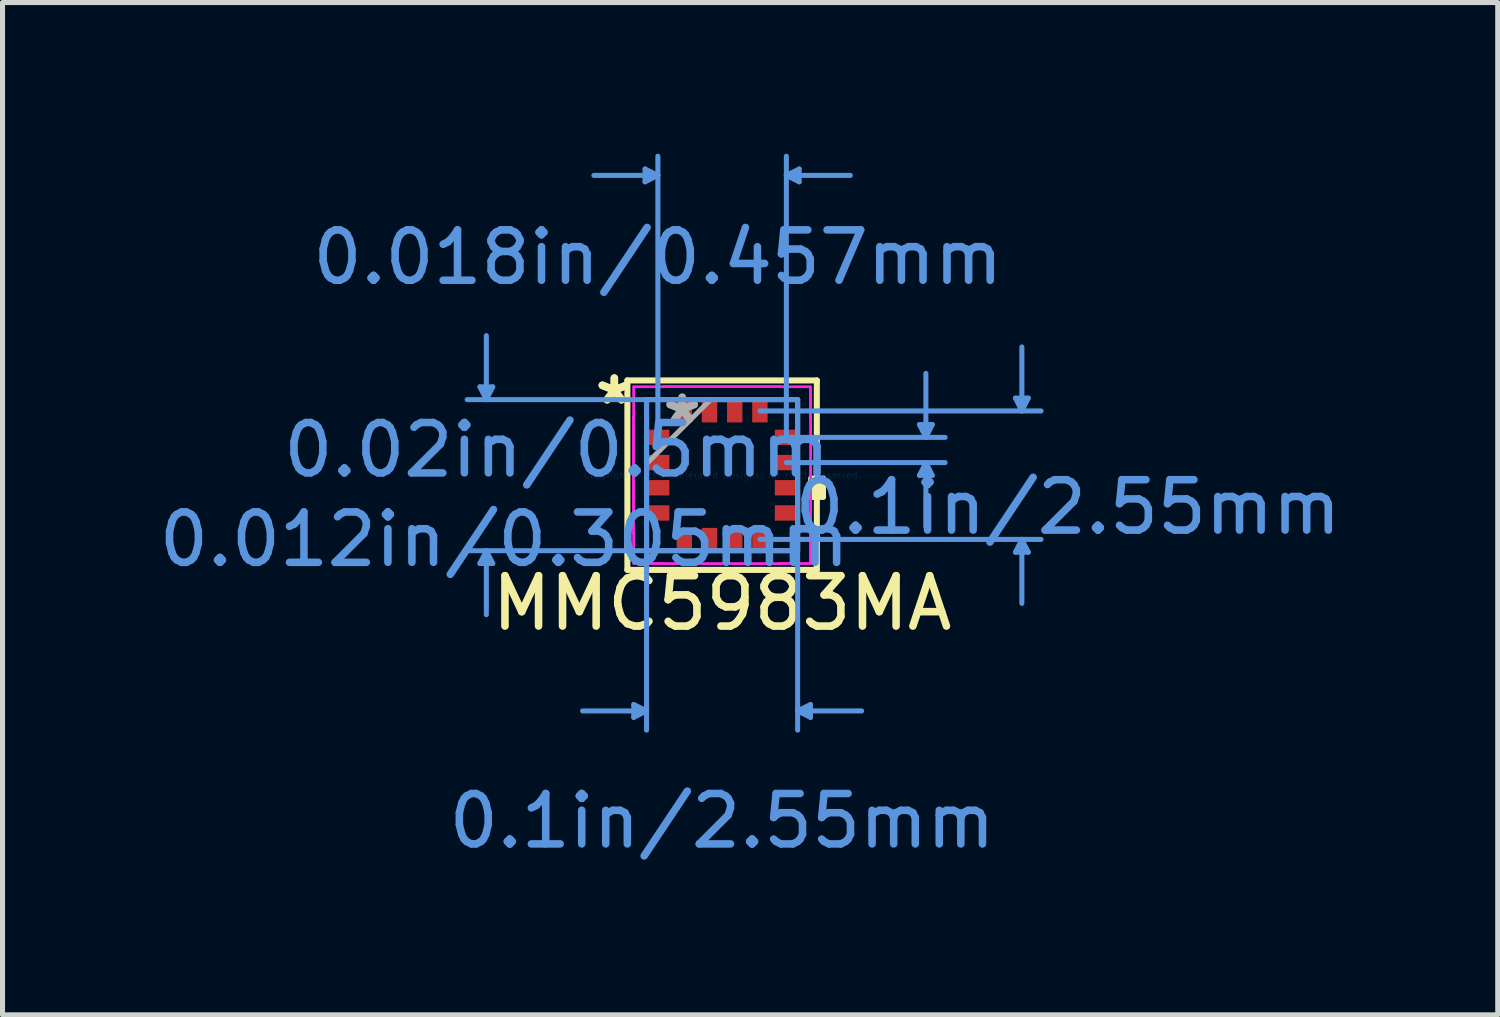
<source format=kicad_pcb>
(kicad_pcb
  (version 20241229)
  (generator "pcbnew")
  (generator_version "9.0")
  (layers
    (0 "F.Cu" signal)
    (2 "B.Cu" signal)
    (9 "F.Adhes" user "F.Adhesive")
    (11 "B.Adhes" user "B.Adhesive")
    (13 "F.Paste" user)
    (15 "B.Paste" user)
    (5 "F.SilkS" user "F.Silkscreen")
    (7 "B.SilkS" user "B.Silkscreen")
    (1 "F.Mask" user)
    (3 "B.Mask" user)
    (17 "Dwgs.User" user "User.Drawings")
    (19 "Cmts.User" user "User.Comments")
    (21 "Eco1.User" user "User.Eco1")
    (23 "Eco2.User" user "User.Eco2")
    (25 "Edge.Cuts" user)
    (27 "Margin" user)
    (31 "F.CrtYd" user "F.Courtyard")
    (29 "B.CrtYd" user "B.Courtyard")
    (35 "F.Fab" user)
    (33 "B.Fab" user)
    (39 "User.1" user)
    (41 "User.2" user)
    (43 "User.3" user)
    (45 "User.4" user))
  (footprint "MMC5983MA"
    (layer "F.Cu")
    (at 11.281 6.38)
    (property "Reference" "MMC5983MA" (at 0 2.54 0) (layer "F.SilkS") (effects (font (size 1 1) (thickness 0.15))))
    (attr through_hole)
    (fp_line (start -1.88 -1.88) (end -1.88 1.88) (stroke (width 0.12) (type solid)) (layer "F.SilkS"))
    (fp_line (start -1.88 1.88) (end 1.88 1.88) (stroke (width 0.12) (type solid)) (layer "F.SilkS"))
    (fp_line (start 1.88 -1.88) (end -1.88 -1.88) (stroke (width 0.12) (type solid)) (layer "F.SilkS"))
    (fp_line (start 1.88 1.88) (end 1.88 -1.88) (stroke (width 0.12) (type solid)) (layer "F.SilkS"))
    (fp_poly (pts (xy 2.012 0.059) (xy 2.012 0.441) (xy 1.758 0.441) (xy 1.758 0.059)) (stroke (width 0.1) (type solid)) (fill yes) (layer "F.SilkS"))
    (fp_line (start -4.806 -1.753) (end -4.552 -1.753) (stroke (width 0.1) (type solid)) (layer "Cmts.User"))
    (fp_line (start -4.806 1.753) (end -4.552 1.753) (stroke (width 0.1) (type solid)) (layer "Cmts.User"))
    (fp_line (start -4.679 -1.499) (end -4.806 -1.753) (stroke (width 0.1) (type solid)) (layer "Cmts.User"))
    (fp_line (start -4.679 -1.499) (end -4.679 -2.769) (stroke (width 0.1) (type solid)) (layer "Cmts.User"))
    (fp_line (start -4.679 -1.499) (end -4.552 -1.753) (stroke (width 0.1) (type solid)) (layer "Cmts.User"))
    (fp_line (start -4.679 1.499) (end -4.806 1.753) (stroke (width 0.1) (type solid)) (layer "Cmts.User"))
    (fp_line (start -4.679 1.499) (end -4.679 2.769) (stroke (width 0.1) (type solid)) (layer "Cmts.User"))
    (fp_line (start -4.679 1.499) (end -4.552 1.753) (stroke (width 0.1) (type solid)) (layer "Cmts.User"))
    (fp_line (start -1.753 4.552) (end -1.753 4.806) (stroke (width 0.1) (type solid)) (layer "Cmts.User"))
    (fp_line (start -1.529 -6.076) (end -1.529 -5.822) (stroke (width 0.1) (type solid)) (layer "Cmts.User"))
    (fp_line (start -1.499 -1.499) (end -1.499 5.06) (stroke (width 0.1) (type solid)) (layer "Cmts.User"))
    (fp_line (start -1.499 4.679) (end -2.769 4.679) (stroke (width 0.1) (type solid)) (layer "Cmts.User"))
    (fp_line (start -1.499 4.679) (end -1.753 4.552) (stroke (width 0.1) (type solid)) (layer "Cmts.User"))
    (fp_line (start -1.499 4.679) (end -1.753 4.806) (stroke (width 0.1) (type solid)) (layer "Cmts.User"))
    (fp_line (start -1.275 -5.949) (end -2.545 -5.949) (stroke (width 0.1) (type solid)) (layer "Cmts.User"))
    (fp_line (start -1.275 -5.949) (end -1.529 -6.076) (stroke (width 0.1) (type solid)) (layer "Cmts.User"))
    (fp_line (start -1.275 -5.949) (end -1.529 -5.822) (stroke (width 0.1) (type solid)) (layer "Cmts.User"))
    (fp_line (start -1.275 -0.75) (end -1.275 -6.33) (stroke (width 0.1) (type solid)) (layer "Cmts.User"))
    (fp_line (start 0.75 -1.275) (end 6.33 -1.275) (stroke (width 0.1) (type solid)) (layer "Cmts.User"))
    (fp_line (start 0.75 1.275) (end 6.33 1.275) (stroke (width 0.1) (type solid)) (layer "Cmts.User"))
    (fp_line (start 1.275 -5.949) (end 1.529 -6.076) (stroke (width 0.1) (type solid)) (layer "Cmts.User"))
    (fp_line (start 1.275 -5.949) (end 1.529 -5.822) (stroke (width 0.1) (type solid)) (layer "Cmts.User"))
    (fp_line (start 1.275 -5.949) (end 2.545 -5.949) (stroke (width 0.1) (type solid)) (layer "Cmts.User"))
    (fp_line (start 1.275 -0.75) (end 1.275 -6.33) (stroke (width 0.1) (type solid)) (layer "Cmts.User"))
    (fp_line (start 1.275 -0.75) (end 4.425 -0.75) (stroke (width 0.1) (type solid)) (layer "Cmts.User"))
    (fp_line (start 1.275 -0.25) (end 4.425 -0.25) (stroke (width 0.1) (type solid)) (layer "Cmts.User"))
    (fp_line (start 1.499 -1.499) (end -5.06 -1.499) (stroke (width 0.1) (type solid)) (layer "Cmts.User"))
    (fp_line (start 1.499 -1.499) (end 1.499 5.06) (stroke (width 0.1) (type solid)) (layer "Cmts.User"))
    (fp_line (start 1.499 1.499) (end -5.06 1.499) (stroke (width 0.1) (type solid)) (layer "Cmts.User"))
    (fp_line (start 1.499 4.679) (end 1.753 4.552) (stroke (width 0.1) (type solid)) (layer "Cmts.User"))
    (fp_line (start 1.499 4.679) (end 1.753 4.806) (stroke (width 0.1) (type solid)) (layer "Cmts.User"))
    (fp_line (start 1.499 4.679) (end 2.769 4.679) (stroke (width 0.1) (type solid)) (layer "Cmts.User"))
    (fp_line (start 1.529 -6.076) (end 1.529 -5.822) (stroke (width 0.1) (type solid)) (layer "Cmts.User"))
    (fp_line (start 1.753 4.552) (end 1.753 4.806) (stroke (width 0.1) (type solid)) (layer "Cmts.User"))
    (fp_line (start 3.917 -1.004) (end 4.171 -1.004) (stroke (width 0.1) (type solid)) (layer "Cmts.User"))
    (fp_line (start 3.917 0.004) (end 4.171 0.004) (stroke (width 0.1) (type solid)) (layer "Cmts.User"))
    (fp_line (start 4.044 -0.75) (end 3.917 -1.004) (stroke (width 0.1) (type solid)) (layer "Cmts.User"))
    (fp_line (start 4.044 -0.75) (end 4.044 -2.02) (stroke (width 0.1) (type solid)) (layer "Cmts.User"))
    (fp_line (start 4.044 -0.75) (end 4.171 -1.004) (stroke (width 0.1) (type solid)) (layer "Cmts.User"))
    (fp_line (start 4.044 -0.25) (end 3.917 0.004) (stroke (width 0.1) (type solid)) (layer "Cmts.User"))
    (fp_line (start 4.044 -0.25) (end 4.044 1.02) (stroke (width 0.1) (type solid)) (layer "Cmts.User"))
    (fp_line (start 4.044 -0.25) (end 4.171 0.004) (stroke (width 0.1) (type solid)) (layer "Cmts.User"))
    (fp_line (start 5.822 -1.529) (end 6.076 -1.529) (stroke (width 0.1) (type solid)) (layer "Cmts.User"))
    (fp_line (start 5.822 1.529) (end 6.076 1.529) (stroke (width 0.1) (type solid)) (layer "Cmts.User"))
    (fp_line (start 5.949 -1.275) (end 5.822 -1.529) (stroke (width 0.1) (type solid)) (layer "Cmts.User"))
    (fp_line (start 5.949 -1.275) (end 5.949 -2.545) (stroke (width 0.1) (type solid)) (layer "Cmts.User"))
    (fp_line (start 5.949 -1.275) (end 6.076 -1.529) (stroke (width 0.1) (type solid)) (layer "Cmts.User"))
    (fp_line (start 5.949 1.275) (end 5.822 1.529) (stroke (width 0.1) (type solid)) (layer "Cmts.User"))
    (fp_line (start 5.949 1.275) (end 5.949 2.545) (stroke (width 0.1) (type solid)) (layer "Cmts.User"))
    (fp_line (start 5.949 1.275) (end 6.076 1.529) (stroke (width 0.1) (type solid)) (layer "Cmts.User"))
    (fp_line (start -1.758 -1.156) (end -1.753 -1.156) (stroke (width 0.05) (type solid)) (layer "F.CrtYd"))
    (fp_line (start -1.758 -1.156) (end -1.753 -1.156) (stroke (width 0.05) (type solid)) (layer "F.CrtYd"))
    (fp_line (start -1.758 1.156) (end -1.758 -1.156) (stroke (width 0.05) (type solid)) (layer "F.CrtYd"))
    (fp_line (start -1.758 1.156) (end -1.758 -1.156) (stroke (width 0.05) (type solid)) (layer "F.CrtYd"))
    (fp_line (start -1.753 -1.753) (end -1.156 -1.753) (stroke (width 0.05) (type solid)) (layer "F.CrtYd"))
    (fp_line (start -1.753 -1.753) (end -1.156 -1.753) (stroke (width 0.05) (type solid)) (layer "F.CrtYd"))
    (fp_line (start -1.753 -1.156) (end -1.753 -1.753) (stroke (width 0.05) (type solid)) (layer "F.CrtYd"))
    (fp_line (start -1.753 -1.156) (end -1.753 -1.753) (stroke (width 0.05) (type solid)) (layer "F.CrtYd"))
    (fp_line (start -1.753 1.156) (end -1.758 1.156) (stroke (width 0.05) (type solid)) (layer "F.CrtYd"))
    (fp_line (start -1.753 1.156) (end -1.758 1.156) (stroke (width 0.05) (type solid)) (layer "F.CrtYd"))
    (fp_line (start -1.753 1.753) (end -1.753 1.156) (stroke (width 0.05) (type solid)) (layer "F.CrtYd"))
    (fp_line (start -1.753 1.753) (end -1.753 1.156) (stroke (width 0.05) (type solid)) (layer "F.CrtYd"))
    (fp_line (start -1.156 -1.758) (end 1.156 -1.758) (stroke (width 0.05) (type solid)) (layer "F.CrtYd"))
    (fp_line (start -1.156 -1.758) (end 1.156 -1.758) (stroke (width 0.05) (type solid)) (layer "F.CrtYd"))
    (fp_line (start -1.156 -1.753) (end -1.156 -1.758) (stroke (width 0.05) (type solid)) (layer "F.CrtYd"))
    (fp_line (start -1.156 -1.753) (end -1.156 -1.758) (stroke (width 0.05) (type solid)) (layer "F.CrtYd"))
    (fp_line (start -1.156 1.753) (end -1.753 1.753) (stroke (width 0.05) (type solid)) (layer "F.CrtYd"))
    (fp_line (start -1.156 1.753) (end -1.753 1.753) (stroke (width 0.05) (type solid)) (layer "F.CrtYd"))
    (fp_line (start -1.156 1.758) (end -1.156 1.753) (stroke (width 0.05) (type solid)) (layer "F.CrtYd"))
    (fp_line (start -1.156 1.758) (end -1.156 1.753) (stroke (width 0.05) (type solid)) (layer "F.CrtYd"))
    (fp_line (start 1.156 -1.758) (end 1.156 -1.753) (stroke (width 0.05) (type solid)) (layer "F.CrtYd"))
    (fp_line (start 1.156 -1.758) (end 1.156 -1.753) (stroke (width 0.05) (type solid)) (layer "F.CrtYd"))
    (fp_line (start 1.156 -1.753) (end 1.753 -1.753) (stroke (width 0.05) (type solid)) (layer "F.CrtYd"))
    (fp_line (start 1.156 -1.753) (end 1.753 -1.753) (stroke (width 0.05) (type solid)) (layer "F.CrtYd"))
    (fp_line (start 1.156 1.753) (end 1.156 1.758) (stroke (width 0.05) (type solid)) (layer "F.CrtYd"))
    (fp_line (start 1.156 1.753) (end 1.156 1.758) (stroke (width 0.05) (type solid)) (layer "F.CrtYd"))
    (fp_line (start 1.156 1.758) (end -1.156 1.758) (stroke (width 0.05) (type solid)) (layer "F.CrtYd"))
    (fp_line (start 1.156 1.758) (end -1.156 1.758) (stroke (width 0.05) (type solid)) (layer "F.CrtYd"))
    (fp_line (start 1.753 -1.753) (end 1.753 -1.156) (stroke (width 0.05) (type solid)) (layer "F.CrtYd"))
    (fp_line (start 1.753 -1.753) (end 1.753 -1.156) (stroke (width 0.05) (type solid)) (layer "F.CrtYd"))
    (fp_line (start 1.753 -1.156) (end 1.758 -1.156) (stroke (width 0.05) (type solid)) (layer "F.CrtYd"))
    (fp_line (start 1.753 -1.156) (end 1.758 -1.156) (stroke (width 0.05) (type solid)) (layer "F.CrtYd"))
    (fp_line (start 1.753 1.156) (end 1.753 1.753) (stroke (width 0.05) (type solid)) (layer "F.CrtYd"))
    (fp_line (start 1.753 1.156) (end 1.753 1.753) (stroke (width 0.05) (type solid)) (layer "F.CrtYd"))
    (fp_line (start 1.753 1.753) (end 1.156 1.753) (stroke (width 0.05) (type solid)) (layer "F.CrtYd"))
    (fp_line (start 1.753 1.753) (end 1.156 1.753) (stroke (width 0.05) (type solid)) (layer "F.CrtYd"))
    (fp_line (start 1.758 -1.156) (end 1.758 1.156) (stroke (width 0.05) (type solid)) (layer "F.CrtYd"))
    (fp_line (start 1.758 -1.156) (end 1.758 1.156) (stroke (width 0.05) (type solid)) (layer "F.CrtYd"))
    (fp_line (start 1.758 1.156) (end 1.753 1.156) (stroke (width 0.05) (type solid)) (layer "F.CrtYd"))
    (fp_line (start 1.758 1.156) (end 1.753 1.156) (stroke (width 0.05) (type solid)) (layer "F.CrtYd"))
    (fp_line (start -1.499 -1.499) (end -1.499 1.499) (stroke (width 0.1) (type solid)) (layer "F.Fab"))
    (fp_line (start -1.499 -0.229) (end -0.229 -1.499) (stroke (width 0.1) (type solid)) (layer "F.Fab"))
    (fp_line (start -1.499 1.499) (end 1.499 1.499) (stroke (width 0.1) (type solid)) (layer "F.Fab"))
    (fp_line (start 1.499 -1.499) (end -1.499 -1.499) (stroke (width 0.1) (type solid)) (layer "F.Fab"))
    (fp_line (start 1.499 1.499) (end 1.499 -1.499) (stroke (width 0.1) (type solid)) (layer "F.Fab"))
    (fp_text user "*" (at -2.139 -1.381 0) (layer "F.SilkS") (effects (font (size 1 1) (thickness 0.15))))
    (fp_text user "*" (at -2.139 -1.381 0) (layer "F.SilkS") (effects (font (size 1 1) (thickness 0.15))))
    (fp_text user "0.012in/0.305mm" (at -4.323 1.275 0) (layer "Cmts.User") (effects (font (size 1 1) (thickness 0.15))))
    (fp_text user "0.02in/0.5mm" (at -3.282 -0.5 0) (layer "Cmts.User") (effects (font (size 1 1) (thickness 0.15))))
    (fp_text user "0.018in/0.457mm" (at -1.275 -4.323 0) (layer "Cmts.User") (effects (font (size 1 1) (thickness 0.15))))
    (fp_text user "0.1in/2.55mm" (at 0 6.863 0) (layer "Cmts.User") (effects (font (size 1 1) (thickness 0.15))))
    (fp_text user "0.1in/2.55mm" (at 6.863 0.635 0) (layer "Cmts.User") (effects (font (size 1 1) (thickness 0.15))))
    (fp_text user "Copyright 2021 Accelerated Designs. All rights reserved." (at 0 0 0) (layer "Cmts.User") (effects (font (size 0.127 0.127) (thickness 0.002))))
    (fp_text user "*" (at -0.792 -1 0) (layer "F.Fab") (effects (font (size 1 1) (thickness 0.15))))
    (fp_text user "*" (at -0.792 -1 0) (layer "F.Fab") (effects (font (size 1 1) (thickness 0.15))))
    (pad "1" smd rect (at -1.275 -0.75 90) (size 0.305 0.457) (layers "F.Cu" "F.Mask" "F.Paste"))
    (pad "2" smd rect (at -1.275 -0.25 90) (size 0.305 0.457) (layers "F.Cu" "F.Mask" "F.Paste"))
    (pad "3" smd rect (at -1.275 0.25 90) (size 0.305 0.457) (layers "F.Cu" "F.Mask" "F.Paste"))
    (pad "4" smd rect (at -1.275 0.75 90) (size 0.305 0.457) (layers "F.Cu" "F.Mask" "F.Paste"))
    (pad "5" smd rect (at -0.75 1.275) (size 0.305 0.457) (layers "F.Cu" "F.Mask" "F.Paste"))
    (pad "6" smd rect (at -0.25 1.275) (size 0.305 0.457) (layers "F.Cu" "F.Mask" "F.Paste"))
    (pad "7" smd rect (at 0.25 1.275) (size 0.305 0.457) (layers "F.Cu" "F.Mask" "F.Paste"))
    (pad "8" smd rect (at 0.75 1.275) (size 0.305 0.457) (layers "F.Cu" "F.Mask" "F.Paste"))
    (pad "9" smd rect (at 1.275 0.75 90) (size 0.305 0.457) (layers "F.Cu" "F.Mask" "F.Paste"))
    (pad "10" smd rect (at 1.275 0.25 90) (size 0.305 0.457) (layers "F.Cu" "F.Mask" "F.Paste"))
    (pad "11" smd rect (at 1.275 -0.25 90) (size 0.305 0.457) (layers "F.Cu" "F.Mask" "F.Paste"))
    (pad "12" smd rect (at 1.275 -0.75 90) (size 0.305 0.457) (layers "F.Cu" "F.Mask" "F.Paste"))
    (pad "13" smd rect (at 0.75 -1.275) (size 0.305 0.457) (layers "F.Cu" "F.Mask" "F.Paste"))
    (pad "14" smd rect (at 0.25 -1.275) (size 0.305 0.457) (layers "F.Cu" "F.Mask" "F.Paste"))
    (pad "15" smd rect (at -0.25 -1.275) (size 0.305 0.457) (layers "F.Cu" "F.Mask" "F.Paste"))
    (pad "16" smd rect (at -0.75 -1.275) (size 0.305 0.457) (layers "F.Cu" "F.Mask" "F.Paste")))
  (gr_rect
    (start -3 -3)
    (end 26.674 17.091)
    (stroke (width 0.1) (type default))
    (fill no)
    (layer "Edge.Cuts")))
</source>
